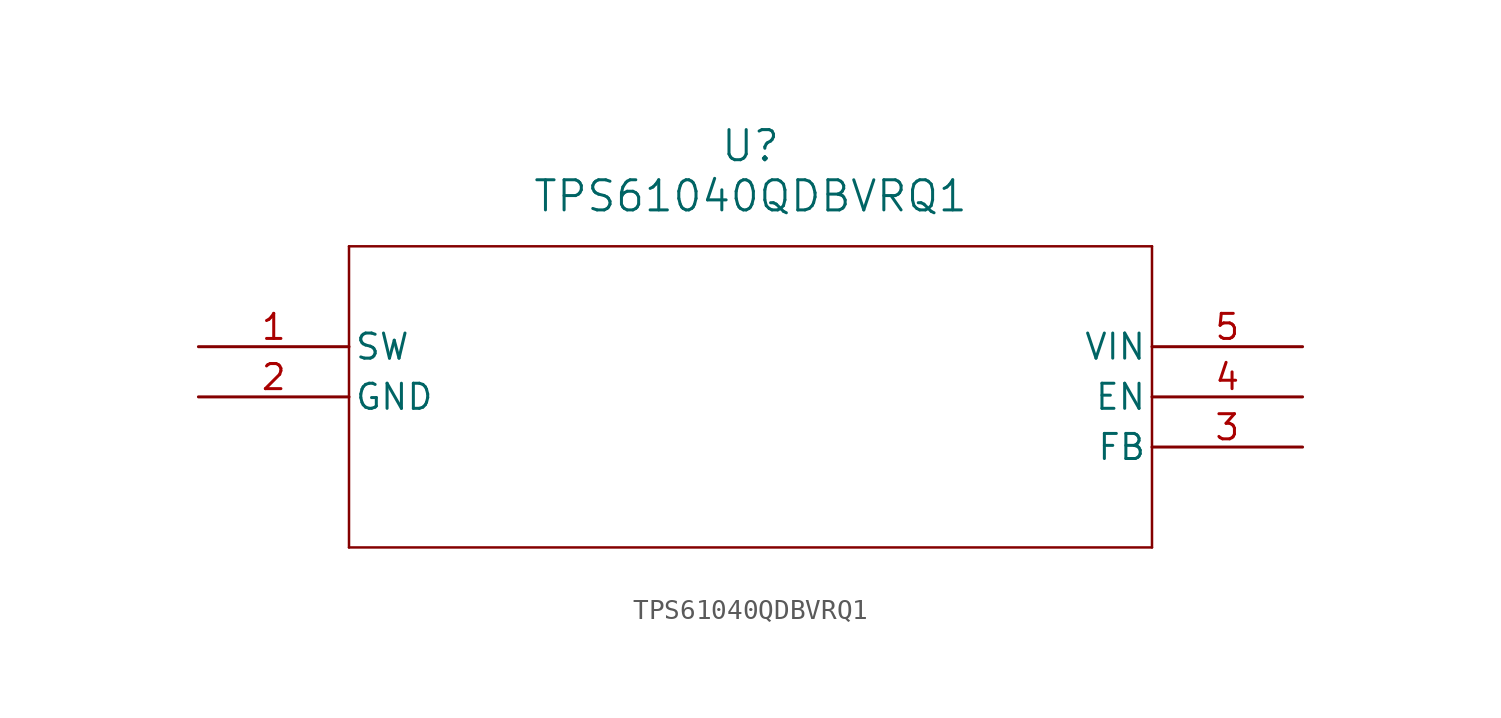
<source format=kicad_sym>
(kicad_symbol_lib
  (version 20211014)
  (generator kicad_symbol_editor)
  (symbol "TPS61040QDBVRQ1"
    (pin_names
      (offset 0.254))
    (property "Reference" "U"
      (at 27.94 10.16 0)
      (effects (font (size 1.524 1.524))))
    (property "Value" "TPS61040QDBVRQ1"
      (at 27.94 7.62 0)
      (effects (font (size 1.524 1.524))))
    (symbol "TPS61040QDBVRQ1_0_1"
      (polyline (pts (xy 7.62 5.08) (xy 7.62 -10.16)) (stroke (width 0.127) (type default) (color 0 0 0 0)) (fill (type none)))
      (polyline (pts (xy 7.62 -10.16) (xy 48.26 -10.16)) (stroke (width 0.127) (type default) (color 0 0 0 0)) (fill (type none)))
      (polyline (pts (xy 48.26 -10.16) (xy 48.26 5.08)) (stroke (width 0.127) (type default) (color 0 0 0 0)) (fill (type none)))
      (polyline (pts (xy 48.26 5.08) (xy 7.62 5.08)) (stroke (width 0.127) (type default) (color 0 0 0 0)) (fill (type none)))
      (pin input line (at 0 0 0) (length 7.62) (name "SW" (effects (font (size 1.27 1.27)))) (number "1" (effects (font (size 1.27 1.27)))))
      (pin power_in line (at 0 -2.54 0) (length 7.62) (name "GND" (effects (font (size 1.27 1.27)))) (number "2" (effects (font (size 1.27 1.27)))))
      (pin input line (at 55.88 -5.08 180) (length 7.62) (name "FB" (effects (font (size 1.27 1.27)))) (number "3" (effects (font (size 1.27 1.27)))))
      (pin input line (at 55.88 -2.54 180) (length 7.62) (name "EN" (effects (font (size 1.27 1.27)))) (number "4" (effects (font (size 1.27 1.27)))))
      (pin input line (at 55.88 0 180) (length 7.62) (name "VIN" (effects (font (size 1.27 1.27)))) (number "5" (effects (font (size 1.27 1.27))))))))
</source>
